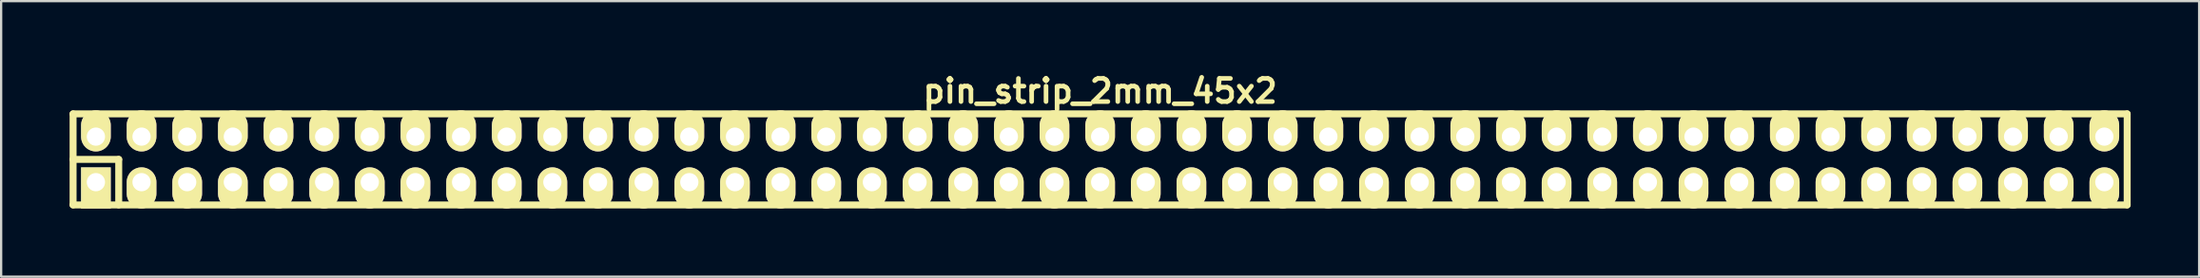
<source format=kicad_pcb>
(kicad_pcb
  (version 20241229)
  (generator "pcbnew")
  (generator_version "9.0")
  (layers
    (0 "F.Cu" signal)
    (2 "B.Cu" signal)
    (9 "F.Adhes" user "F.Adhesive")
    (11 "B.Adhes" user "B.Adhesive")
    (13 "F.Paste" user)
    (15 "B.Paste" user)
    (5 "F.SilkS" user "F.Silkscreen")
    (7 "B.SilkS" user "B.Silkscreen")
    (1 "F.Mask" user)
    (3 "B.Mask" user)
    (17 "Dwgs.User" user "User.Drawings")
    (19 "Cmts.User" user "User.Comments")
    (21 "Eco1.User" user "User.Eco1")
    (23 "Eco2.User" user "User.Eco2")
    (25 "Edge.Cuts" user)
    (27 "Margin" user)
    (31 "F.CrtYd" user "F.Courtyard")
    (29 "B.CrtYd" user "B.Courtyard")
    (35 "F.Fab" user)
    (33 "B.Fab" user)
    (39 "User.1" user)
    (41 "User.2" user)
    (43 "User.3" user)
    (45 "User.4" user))
  (footprint "pin_strip_2mm_45x2"
    (layer "F.Cu")
    (at 45.152 3.951)
    (property "Reference" "pin_strip_2mm_45x2" (at 0 -3 0) (layer "F.SilkS") (effects (font (size 1.016 1.016) (thickness 0.203))))
    (attr through_hole)
    (fp_line (start -45 -2) (end 45 -2) (stroke (width 0.305) (type solid)) (layer "F.SilkS"))
    (fp_line (start -45 0) (end -43 0) (stroke (width 0.305) (type solid)) (layer "F.SilkS"))
    (fp_line (start -45 2) (end -45 -2) (stroke (width 0.305) (type solid)) (layer "F.SilkS"))
    (fp_line (start -43 0) (end -43 2) (stroke (width 0.305) (type solid)) (layer "F.SilkS"))
    (fp_line (start 45 -2) (end 45 2) (stroke (width 0.305) (type solid)) (layer "F.SilkS"))
    (fp_line (start 45 2) (end -45 2) (stroke (width 0.305) (type solid)) (layer "F.SilkS"))
    (pad "1" thru_hole rect (at -44 1) (size 1.3 1.8) (drill 0.8 (offset 0 0.25)) (layers "*.Cu" "*.Mask" "F.SilkS"))
    (pad "2" thru_hole oval (at -44 -1) (size 1.3 1.8) (drill 0.8 (offset 0 -0.25)) (layers "*.Cu" "*.Mask" "F.SilkS"))
    (pad "3" thru_hole oval (at -42 1) (size 1.3 1.8) (drill 0.8 (offset 0 0.25)) (layers "*.Cu" "*.Mask" "F.SilkS"))
    (pad "4" thru_hole oval (at -42 -1) (size 1.3 1.8) (drill 0.8 (offset 0 -0.25)) (layers "*.Cu" "*.Mask" "F.SilkS"))
    (pad "5" thru_hole oval (at -40 1) (size 1.3 1.8) (drill 0.8 (offset 0 0.25)) (layers "*.Cu" "*.Mask" "F.SilkS"))
    (pad "6" thru_hole oval (at -40 -1) (size 1.3 1.8) (drill 0.8 (offset 0 -0.25)) (layers "*.Cu" "*.Mask" "F.SilkS"))
    (pad "7" thru_hole oval (at -38 1) (size 1.3 1.8) (drill 0.8 (offset 0 0.25)) (layers "*.Cu" "*.Mask" "F.SilkS"))
    (pad "8" thru_hole oval (at -38 -1) (size 1.3 1.8) (drill 0.8 (offset 0 -0.25)) (layers "*.Cu" "*.Mask" "F.SilkS"))
    (pad "9" thru_hole oval (at -36 1) (size 1.3 1.8) (drill 0.8 (offset 0 0.25)) (layers "*.Cu" "*.Mask" "F.SilkS"))
    (pad "10" thru_hole oval (at -36 -1) (size 1.3 1.8) (drill 0.8 (offset 0 -0.25)) (layers "*.Cu" "*.Mask" "F.SilkS"))
    (pad "11" thru_hole oval (at -34 1) (size 1.3 1.8) (drill 0.8 (offset 0 0.25)) (layers "*.Cu" "*.Mask" "F.SilkS"))
    (pad "12" thru_hole oval (at -34 -1) (size 1.3 1.8) (drill 0.8 (offset 0 -0.25)) (layers "*.Cu" "*.Mask" "F.SilkS"))
    (pad "13" thru_hole oval (at -32 1) (size 1.3 1.8) (drill 0.8 (offset 0 0.25)) (layers "*.Cu" "*.Mask" "F.SilkS"))
    (pad "14" thru_hole oval (at -32 -1) (size 1.3 1.8) (drill 0.8 (offset 0 -0.25)) (layers "*.Cu" "*.Mask" "F.SilkS"))
    (pad "15" thru_hole oval (at -30 1) (size 1.3 1.8) (drill 0.8 (offset 0 0.25)) (layers "*.Cu" "*.Mask" "F.SilkS"))
    (pad "16" thru_hole oval (at -30 -1) (size 1.3 1.8) (drill 0.8 (offset 0 -0.25)) (layers "*.Cu" "*.Mask" "F.SilkS"))
    (pad "17" thru_hole oval (at -28 1) (size 1.3 1.8) (drill 0.8 (offset 0 0.25)) (layers "*.Cu" "*.Mask" "F.SilkS"))
    (pad "18" thru_hole oval (at -28 -1) (size 1.3 1.8) (drill 0.8 (offset 0 -0.25)) (layers "*.Cu" "*.Mask" "F.SilkS"))
    (pad "19" thru_hole oval (at -26 1) (size 1.3 1.8) (drill 0.8 (offset 0 0.25)) (layers "*.Cu" "*.Mask" "F.SilkS"))
    (pad "20" thru_hole oval (at -26 -1) (size 1.3 1.8) (drill 0.8 (offset 0 -0.25)) (layers "*.Cu" "*.Mask" "F.SilkS"))
    (pad "21" thru_hole oval (at -24 1) (size 1.3 1.8) (drill 0.8 (offset 0 0.25)) (layers "*.Cu" "*.Mask" "F.SilkS"))
    (pad "22" thru_hole oval (at -24 -1) (size 1.3 1.8) (drill 0.8 (offset 0 -0.25)) (layers "*.Cu" "*.Mask" "F.SilkS"))
    (pad "23" thru_hole oval (at -22 1) (size 1.3 1.8) (drill 0.8 (offset 0 0.25)) (layers "*.Cu" "*.Mask" "F.SilkS"))
    (pad "24" thru_hole oval (at -22 -1) (size 1.3 1.8) (drill 0.8 (offset 0 -0.25)) (layers "*.Cu" "*.Mask" "F.SilkS"))
    (pad "25" thru_hole oval (at -20 1) (size 1.3 1.8) (drill 0.8 (offset 0 0.25)) (layers "*.Cu" "*.Mask" "F.SilkS"))
    (pad "26" thru_hole oval (at -20 -1) (size 1.3 1.8) (drill 0.8 (offset 0 -0.25)) (layers "*.Cu" "*.Mask" "F.SilkS"))
    (pad "27" thru_hole oval (at -18 1) (size 1.3 1.8) (drill 0.8 (offset 0 0.25)) (layers "*.Cu" "*.Mask" "F.SilkS"))
    (pad "28" thru_hole oval (at -18 -1) (size 1.3 1.8) (drill 0.8 (offset 0 -0.25)) (layers "*.Cu" "*.Mask" "F.SilkS"))
    (pad "29" thru_hole oval (at -16 1) (size 1.3 1.8) (drill 0.8 (offset 0 0.25)) (layers "*.Cu" "*.Mask" "F.SilkS"))
    (pad "30" thru_hole oval (at -16 -1) (size 1.3 1.8) (drill 0.8 (offset 0 -0.25)) (layers "*.Cu" "*.Mask" "F.SilkS"))
    (pad "31" thru_hole oval (at -14 1) (size 1.3 1.8) (drill 0.8 (offset 0 0.25)) (layers "*.Cu" "*.Mask" "F.SilkS"))
    (pad "32" thru_hole oval (at -14 -1) (size 1.3 1.8) (drill 0.8 (offset 0 -0.25)) (layers "*.Cu" "*.Mask" "F.SilkS"))
    (pad "33" thru_hole oval (at -12 1) (size 1.3 1.8) (drill 0.8 (offset 0 0.25)) (layers "*.Cu" "*.Mask" "F.SilkS"))
    (pad "34" thru_hole oval (at -12 -1) (size 1.3 1.8) (drill 0.8 (offset 0 -0.25)) (layers "*.Cu" "*.Mask" "F.SilkS"))
    (pad "35" thru_hole oval (at -10 1) (size 1.3 1.8) (drill 0.8 (offset 0 0.25)) (layers "*.Cu" "*.Mask" "F.SilkS"))
    (pad "36" thru_hole oval (at -10 -1) (size 1.3 1.8) (drill 0.8 (offset 0 -0.25)) (layers "*.Cu" "*.Mask" "F.SilkS"))
    (pad "37" thru_hole oval (at -8 1) (size 1.3 1.8) (drill 0.8 (offset 0 0.25)) (layers "*.Cu" "*.Mask" "F.SilkS"))
    (pad "38" thru_hole oval (at -8 -1) (size 1.3 1.8) (drill 0.8 (offset 0 -0.25)) (layers "*.Cu" "*.Mask" "F.SilkS"))
    (pad "39" thru_hole oval (at -6 1) (size 1.3 1.8) (drill 0.8 (offset 0 0.25)) (layers "*.Cu" "*.Mask" "F.SilkS"))
    (pad "40" thru_hole oval (at -6 -1) (size 1.3 1.8) (drill 0.8 (offset 0 -0.25)) (layers "*.Cu" "*.Mask" "F.SilkS"))
    (pad "41" thru_hole oval (at -4 1) (size 1.3 1.8) (drill 0.8 (offset 0 0.25)) (layers "*.Cu" "*.Mask" "F.SilkS"))
    (pad "42" thru_hole oval (at -4 -1) (size 1.3 1.8) (drill 0.8 (offset 0 -0.25)) (layers "*.Cu" "*.Mask" "F.SilkS"))
    (pad "43" thru_hole oval (at -2 1) (size 1.3 1.8) (drill 0.8 (offset 0 0.25)) (layers "*.Cu" "*.Mask" "F.SilkS"))
    (pad "44" thru_hole oval (at -2 -1) (size 1.3 1.8) (drill 0.8 (offset 0 -0.25)) (layers "*.Cu" "*.Mask" "F.SilkS"))
    (pad "45" thru_hole oval (at 0 1) (size 1.3 1.8) (drill 0.8 (offset 0 0.25)) (layers "*.Cu" "*.Mask" "F.SilkS"))
    (pad "46" thru_hole oval (at 0 -1) (size 1.3 1.8) (drill 0.8 (offset 0 -0.25)) (layers "*.Cu" "*.Mask" "F.SilkS"))
    (pad "47" thru_hole oval (at 2 1) (size 1.3 1.8) (drill 0.8 (offset 0 0.25)) (layers "*.Cu" "*.Mask" "F.SilkS"))
    (pad "48" thru_hole oval (at 2 -1) (size 1.3 1.8) (drill 0.8 (offset 0 -0.25)) (layers "*.Cu" "*.Mask" "F.SilkS"))
    (pad "49" thru_hole oval (at 4 1) (size 1.3 1.8) (drill 0.8 (offset 0 0.25)) (layers "*.Cu" "*.Mask" "F.SilkS"))
    (pad "50" thru_hole oval (at 4 -1) (size 1.3 1.8) (drill 0.8 (offset 0 -0.25)) (layers "*.Cu" "*.Mask" "F.SilkS"))
    (pad "51" thru_hole oval (at 6 1) (size 1.3 1.8) (drill 0.8 (offset 0 0.25)) (layers "*.Cu" "*.Mask" "F.SilkS"))
    (pad "52" thru_hole oval (at 6 -1) (size 1.3 1.8) (drill 0.8 (offset 0 -0.25)) (layers "*.Cu" "*.Mask" "F.SilkS"))
    (pad "53" thru_hole oval (at 8 1) (size 1.3 1.8) (drill 0.8 (offset 0 0.25)) (layers "*.Cu" "*.Mask" "F.SilkS"))
    (pad "54" thru_hole oval (at 8 -1) (size 1.3 1.8) (drill 0.8 (offset 0 -0.25)) (layers "*.Cu" "*.Mask" "F.SilkS"))
    (pad "55" thru_hole oval (at 10 1) (size 1.3 1.8) (drill 0.8 (offset 0 0.25)) (layers "*.Cu" "*.Mask" "F.SilkS"))
    (pad "56" thru_hole oval (at 10 -1) (size 1.3 1.8) (drill 0.8 (offset 0 -0.25)) (layers "*.Cu" "*.Mask" "F.SilkS"))
    (pad "57" thru_hole oval (at 12 1) (size 1.3 1.8) (drill 0.8 (offset 0 0.25)) (layers "*.Cu" "*.Mask" "F.SilkS"))
    (pad "58" thru_hole oval (at 12 -1) (size 1.3 1.8) (drill 0.8 (offset 0 -0.25)) (layers "*.Cu" "*.Mask" "F.SilkS"))
    (pad "59" thru_hole oval (at 14 1) (size 1.3 1.8) (drill 0.8 (offset 0 0.25)) (layers "*.Cu" "*.Mask" "F.SilkS"))
    (pad "60" thru_hole oval (at 14 -1) (size 1.3 1.8) (drill 0.8 (offset 0 -0.25)) (layers "*.Cu" "*.Mask" "F.SilkS"))
    (pad "61" thru_hole oval (at 16 1) (size 1.3 1.8) (drill 0.8 (offset 0 0.25)) (layers "*.Cu" "*.Mask" "F.SilkS"))
    (pad "62" thru_hole oval (at 16 -1) (size 1.3 1.8) (drill 0.8 (offset 0 -0.25)) (layers "*.Cu" "*.Mask" "F.SilkS"))
    (pad "63" thru_hole oval (at 18 1) (size 1.3 1.8) (drill 0.8 (offset 0 0.25)) (layers "*.Cu" "*.Mask" "F.SilkS"))
    (pad "64" thru_hole oval (at 18 -1) (size 1.3 1.8) (drill 0.8 (offset 0 -0.25)) (layers "*.Cu" "*.Mask" "F.SilkS"))
    (pad "65" thru_hole oval (at 20 1) (size 1.3 1.8) (drill 0.8 (offset 0 0.25)) (layers "*.Cu" "*.Mask" "F.SilkS"))
    (pad "66" thru_hole oval (at 20 -1) (size 1.3 1.8) (drill 0.8 (offset 0 -0.25)) (layers "*.Cu" "*.Mask" "F.SilkS"))
    (pad "67" thru_hole oval (at 22 1) (size 1.3 1.8) (drill 0.8 (offset 0 0.25)) (layers "*.Cu" "*.Mask" "F.SilkS"))
    (pad "68" thru_hole oval (at 22 -1) (size 1.3 1.8) (drill 0.8 (offset 0 -0.25)) (layers "*.Cu" "*.Mask" "F.SilkS"))
    (pad "69" thru_hole oval (at 24 1) (size 1.3 1.8) (drill 0.8 (offset 0 0.25)) (layers "*.Cu" "*.Mask" "F.SilkS"))
    (pad "70" thru_hole oval (at 24 -1) (size 1.3 1.8) (drill 0.8 (offset 0 -0.25)) (layers "*.Cu" "*.Mask" "F.SilkS"))
    (pad "71" thru_hole oval (at 26 1) (size 1.3 1.8) (drill 0.8 (offset 0 0.25)) (layers "*.Cu" "*.Mask" "F.SilkS"))
    (pad "72" thru_hole oval (at 26 -1) (size 1.3 1.8) (drill 0.8 (offset 0 -0.25)) (layers "*.Cu" "*.Mask" "F.SilkS"))
    (pad "73" thru_hole oval (at 28 1) (size 1.3 1.8) (drill 0.8 (offset 0 0.25)) (layers "*.Cu" "*.Mask" "F.SilkS"))
    (pad "74" thru_hole oval (at 28 -1) (size 1.3 1.8) (drill 0.8 (offset 0 -0.25)) (layers "*.Cu" "*.Mask" "F.SilkS"))
    (pad "75" thru_hole oval (at 30 1) (size 1.3 1.8) (drill 0.8 (offset 0 0.25)) (layers "*.Cu" "*.Mask" "F.SilkS"))
    (pad "76" thru_hole oval (at 30 -1) (size 1.3 1.8) (drill 0.8 (offset 0 -0.25)) (layers "*.Cu" "*.Mask" "F.SilkS"))
    (pad "77" thru_hole oval (at 32 1) (size 1.3 1.8) (drill 0.8 (offset 0 0.25)) (layers "*.Cu" "*.Mask" "F.SilkS"))
    (pad "78" thru_hole oval (at 32 -1) (size 1.3 1.8) (drill 0.8 (offset 0 -0.25)) (layers "*.Cu" "*.Mask" "F.SilkS"))
    (pad "79" thru_hole oval (at 34 1) (size 1.3 1.8) (drill 0.8 (offset 0 0.25)) (layers "*.Cu" "*.Mask" "F.SilkS"))
    (pad "80" thru_hole oval (at 34 -1) (size 1.3 1.8) (drill 0.8 (offset 0 -0.25)) (layers "*.Cu" "*.Mask" "F.SilkS"))
    (pad "81" thru_hole oval (at 36 1) (size 1.3 1.8) (drill 0.8 (offset 0 0.25)) (layers "*.Cu" "*.Mask" "F.SilkS"))
    (pad "82" thru_hole oval (at 36 -1) (size 1.3 1.8) (drill 0.8 (offset 0 -0.25)) (layers "*.Cu" "*.Mask" "F.SilkS"))
    (pad "83" thru_hole oval (at 38 1) (size 1.3 1.8) (drill 0.8 (offset 0 0.25)) (layers "*.Cu" "*.Mask" "F.SilkS"))
    (pad "84" thru_hole oval (at 38 -1) (size 1.3 1.8) (drill 0.8 (offset 0 -0.25)) (layers "*.Cu" "*.Mask" "F.SilkS"))
    (pad "85" thru_hole oval (at 40 1) (size 1.3 1.8) (drill 0.8 (offset 0 0.25)) (layers "*.Cu" "*.Mask" "F.SilkS"))
    (pad "86" thru_hole oval (at 40 -1) (size 1.3 1.8) (drill 0.8 (offset 0 -0.25)) (layers "*.Cu" "*.Mask" "F.SilkS"))
    (pad "87" thru_hole oval (at 42 1) (size 1.3 1.8) (drill 0.8 (offset 0 0.25)) (layers "*.Cu" "*.Mask" "F.SilkS"))
    (pad "88" thru_hole oval (at 42 -1) (size 1.3 1.8) (drill 0.8 (offset 0 -0.25)) (layers "*.Cu" "*.Mask" "F.SilkS"))
    (pad "89" thru_hole oval (at 44 1) (size 1.3 1.8) (drill 0.8 (offset 0 0.25)) (layers "*.Cu" "*.Mask" "F.SilkS"))
    (pad "90" thru_hole oval (at 44 -1) (size 1.3 1.8) (drill 0.8 (offset 0 -0.25)) (layers "*.Cu" "*.Mask" "F.SilkS")))
  (gr_rect
    (start -3 -3)
    (end 93.305 9.103)
    (stroke (width 0.1) (type default))
    (fill no)
    (layer "Edge.Cuts")))
</source>
